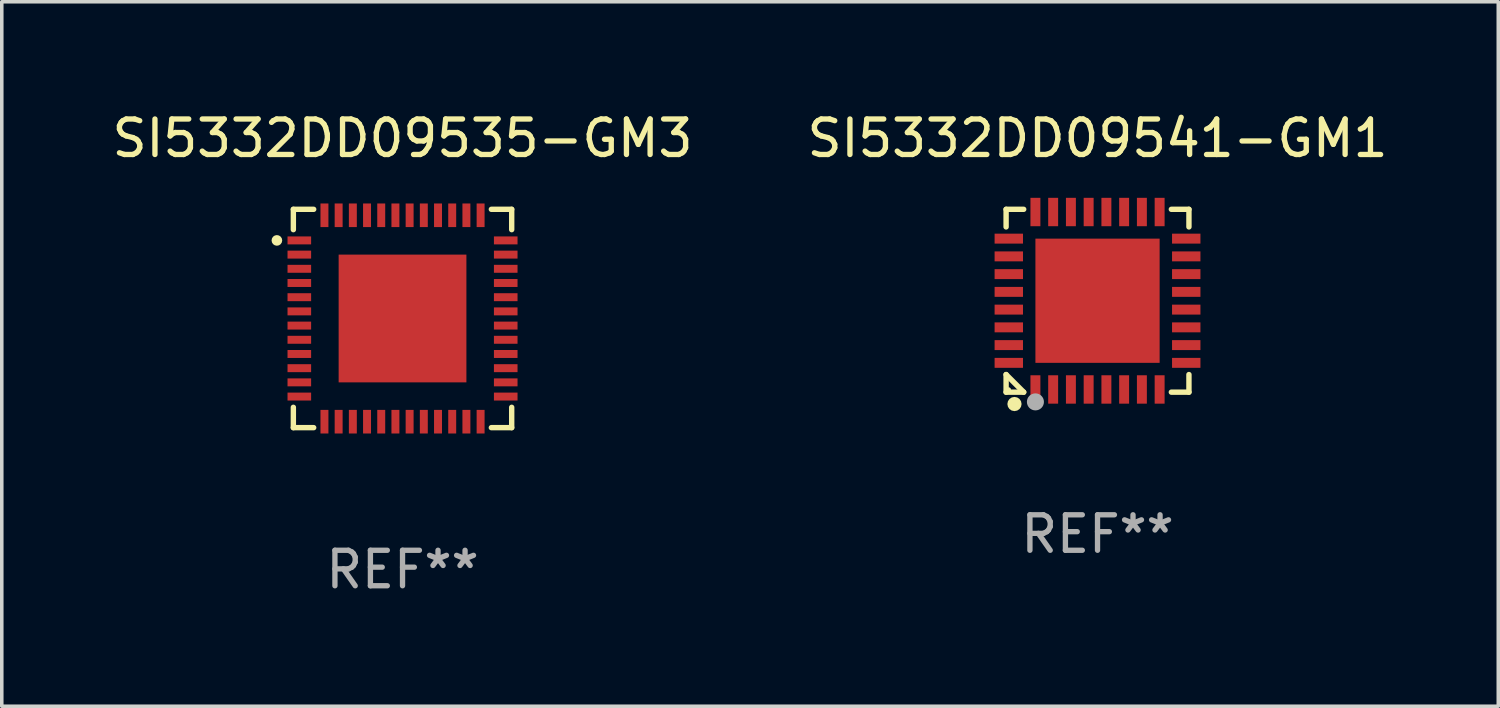
<source format=kicad_pcb>
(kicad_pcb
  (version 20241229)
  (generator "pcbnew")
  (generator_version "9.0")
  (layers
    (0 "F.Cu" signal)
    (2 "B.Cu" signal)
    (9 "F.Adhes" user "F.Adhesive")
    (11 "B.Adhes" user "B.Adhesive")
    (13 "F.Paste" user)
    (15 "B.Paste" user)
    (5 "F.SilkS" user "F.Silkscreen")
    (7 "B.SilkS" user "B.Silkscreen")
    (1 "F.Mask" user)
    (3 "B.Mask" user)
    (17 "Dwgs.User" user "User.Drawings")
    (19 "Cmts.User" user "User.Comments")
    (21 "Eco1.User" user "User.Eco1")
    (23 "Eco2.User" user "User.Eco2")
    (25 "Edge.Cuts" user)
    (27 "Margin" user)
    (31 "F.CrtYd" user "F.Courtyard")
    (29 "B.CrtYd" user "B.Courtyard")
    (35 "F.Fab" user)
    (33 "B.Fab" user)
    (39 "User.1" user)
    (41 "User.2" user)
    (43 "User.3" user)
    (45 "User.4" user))
  (footprint "SI5332DD09535-GM3"
    (layer "F.Cu")
    (at 8.292 5.924)
    (property "Reference" "SI5332DD09535-GM3" (at 0 -5.076 0) (layer "F.SilkS") (effects (font (size 1 1) (thickness 0.15))))
    (attr through_hole)
    (fp_line (start -3.076 -3.076) (end -3.076 -2.503) (stroke (width 0.152) (type solid)) (layer "F.SilkS"))
    (fp_line (start -3.076 3.076) (end -3.076 2.503) (stroke (width 0.152) (type solid)) (layer "F.SilkS"))
    (fp_line (start -2.503 -3.076) (end -3.076 -3.076) (stroke (width 0.152) (type solid)) (layer "F.SilkS"))
    (fp_line (start -2.503 3.076) (end -3.076 3.076) (stroke (width 0.152) (type solid)) (layer "F.SilkS"))
    (fp_line (start 2.503 -3.076) (end 3.076 -3.076) (stroke (width 0.152) (type solid)) (layer "F.SilkS"))
    (fp_line (start 2.503 3.076) (end 3.076 3.076) (stroke (width 0.152) (type solid)) (layer "F.SilkS"))
    (fp_line (start 3.076 -3.076) (end 3.076 -2.503) (stroke (width 0.152) (type solid)) (layer "F.SilkS"))
    (fp_line (start 3.076 3.076) (end 3.076 2.503) (stroke (width 0.152) (type solid)) (layer "F.SilkS"))
    (fp_circle (center -3.54 -2.2) (end -3.465 -2.2) (stroke (width 0.15) (type solid)) (fill no) (layer "F.SilkS"))
    (fp_text user "REF**" (at 0 7.076 0) (layer "F.Fab") (effects (font (size 1 1) (thickness 0.15))))
    (pad "1" smd rect (at -2.908 -2.2) (size 0.665 0.224) (layers "F.Cu" "F.Mask" "F.Paste"))
    (pad "2" smd rect (at -2.908 -1.8) (size 0.665 0.224) (layers "F.Cu" "F.Mask" "F.Paste"))
    (pad "3" smd rect (at -2.908 -1.4) (size 0.665 0.224) (layers "F.Cu" "F.Mask" "F.Paste"))
    (pad "4" smd rect (at -2.908 -1) (size 0.665 0.224) (layers "F.Cu" "F.Mask" "F.Paste"))
    (pad "5" smd rect (at -2.908 -0.6) (size 0.665 0.224) (layers "F.Cu" "F.Mask" "F.Paste"))
    (pad "6" smd rect (at -2.908 -0.2) (size 0.665 0.224) (layers "F.Cu" "F.Mask" "F.Paste"))
    (pad "7" smd rect (at -2.908 0.2) (size 0.665 0.224) (layers "F.Cu" "F.Mask" "F.Paste"))
    (pad "8" smd rect (at -2.908 0.6) (size 0.665 0.224) (layers "F.Cu" "F.Mask" "F.Paste"))
    (pad "9" smd rect (at -2.908 1) (size 0.665 0.224) (layers "F.Cu" "F.Mask" "F.Paste"))
    (pad "10" smd rect (at -2.908 1.4) (size 0.665 0.224) (layers "F.Cu" "F.Mask" "F.Paste"))
    (pad "11" smd rect (at -2.908 1.8) (size 0.665 0.224) (layers "F.Cu" "F.Mask" "F.Paste"))
    (pad "12" smd rect (at -2.908 2.2) (size 0.665 0.224) (layers "F.Cu" "F.Mask" "F.Paste"))
    (pad "13" smd rect (at -2.2 2.908) (size 0.224 0.665) (layers "F.Cu" "F.Mask" "F.Paste"))
    (pad "14" smd rect (at -1.8 2.908) (size 0.224 0.665) (layers "F.Cu" "F.Mask" "F.Paste"))
    (pad "15" smd rect (at -1.4 2.908) (size 0.224 0.665) (layers "F.Cu" "F.Mask" "F.Paste"))
    (pad "16" smd rect (at -1 2.908) (size 0.224 0.665) (layers "F.Cu" "F.Mask" "F.Paste"))
    (pad "17" smd rect (at -0.6 2.908) (size 0.224 0.665) (layers "F.Cu" "F.Mask" "F.Paste"))
    (pad "18" smd rect (at -0.2 2.908) (size 0.224 0.665) (layers "F.Cu" "F.Mask" "F.Paste"))
    (pad "19" smd rect (at 0.2 2.908) (size 0.224 0.665) (layers "F.Cu" "F.Mask" "F.Paste"))
    (pad "20" smd rect (at 0.6 2.908) (size 0.224 0.665) (layers "F.Cu" "F.Mask" "F.Paste"))
    (pad "21" smd rect (at 1 2.908) (size 0.224 0.665) (layers "F.Cu" "F.Mask" "F.Paste"))
    (pad "22" smd rect (at 1.4 2.908) (size 0.224 0.665) (layers "F.Cu" "F.Mask" "F.Paste"))
    (pad "23" smd rect (at 1.8 2.908) (size 0.224 0.665) (layers "F.Cu" "F.Mask" "F.Paste"))
    (pad "24" smd rect (at 2.2 2.908) (size 0.224 0.665) (layers "F.Cu" "F.Mask" "F.Paste"))
    (pad "25" smd rect (at 2.908 2.2) (size 0.665 0.224) (layers "F.Cu" "F.Mask" "F.Paste"))
    (pad "26" smd rect (at 2.908 1.8) (size 0.665 0.224) (layers "F.Cu" "F.Mask" "F.Paste"))
    (pad "27" smd rect (at 2.908 1.4) (size 0.665 0.224) (layers "F.Cu" "F.Mask" "F.Paste"))
    (pad "28" smd rect (at 2.908 1) (size 0.665 0.224) (layers "F.Cu" "F.Mask" "F.Paste"))
    (pad "29" smd rect (at 2.908 0.6) (size 0.665 0.224) (layers "F.Cu" "F.Mask" "F.Paste"))
    (pad "30" smd rect (at 2.908 0.2) (size 0.665 0.224) (layers "F.Cu" "F.Mask" "F.Paste"))
    (pad "31" smd rect (at 2.908 -0.2) (size 0.665 0.224) (layers "F.Cu" "F.Mask" "F.Paste"))
    (pad "32" smd rect (at 2.908 -0.6) (size 0.665 0.224) (layers "F.Cu" "F.Mask" "F.Paste"))
    (pad "33" smd rect (at 2.908 -1) (size 0.665 0.224) (layers "F.Cu" "F.Mask" "F.Paste"))
    (pad "34" smd rect (at 2.908 -1.4) (size 0.665 0.224) (layers "F.Cu" "F.Mask" "F.Paste"))
    (pad "35" smd rect (at 2.908 -1.8) (size 0.665 0.224) (layers "F.Cu" "F.Mask" "F.Paste"))
    (pad "36" smd rect (at 2.908 -2.2) (size 0.665 0.224) (layers "F.Cu" "F.Mask" "F.Paste"))
    (pad "37" smd rect (at 2.2 -2.908) (size 0.224 0.665) (layers "F.Cu" "F.Mask" "F.Paste"))
    (pad "38" smd rect (at 1.8 -2.908) (size 0.224 0.665) (layers "F.Cu" "F.Mask" "F.Paste"))
    (pad "39" smd rect (at 1.4 -2.908) (size 0.224 0.665) (layers "F.Cu" "F.Mask" "F.Paste"))
    (pad "40" smd rect (at 1 -2.908) (size 0.224 0.665) (layers "F.Cu" "F.Mask" "F.Paste"))
    (pad "41" smd rect (at 0.6 -2.908) (size 0.224 0.665) (layers "F.Cu" "F.Mask" "F.Paste"))
    (pad "42" smd rect (at 0.2 -2.908) (size 0.224 0.665) (layers "F.Cu" "F.Mask" "F.Paste"))
    (pad "43" smd rect (at -0.2 -2.908) (size 0.224 0.665) (layers "F.Cu" "F.Mask" "F.Paste"))
    (pad "44" smd rect (at -0.6 -2.908) (size 0.224 0.665) (layers "F.Cu" "F.Mask" "F.Paste"))
    (pad "45" smd rect (at -1 -2.908) (size 0.224 0.665) (layers "F.Cu" "F.Mask" "F.Paste"))
    (pad "46" smd rect (at -1.4 -2.908) (size 0.224 0.665) (layers "F.Cu" "F.Mask" "F.Paste"))
    (pad "47" smd rect (at -1.8 -2.908) (size 0.224 0.665) (layers "F.Cu" "F.Mask" "F.Paste"))
    (pad "48" smd rect (at -2.2 -2.908) (size 0.224 0.665) (layers "F.Cu" "F.Mask" "F.Paste"))
    (pad "49" smd rect (at 0 0) (size 3.6 3.6) (layers "F.Cu" "F.Mask" "F.Paste")))
  (footprint "SI5332DD09541-GM1"
    (layer "F.Cu")
    (at 27.875 5.424)
    (property "Reference" "SI5332DD09541-GM1" (at 0 -4.576 0) (layer "F.SilkS") (effects (font (size 1 1) (thickness 0.15))))
    (attr through_hole)
    (fp_line (start -2.576 -2.576) (end -2.08 -2.576) (stroke (width 0.152) (type solid)) (layer "F.SilkS"))
    (fp_line (start -2.576 -2.08) (end -2.576 -2.576) (stroke (width 0.152) (type solid)) (layer "F.SilkS"))
    (fp_line (start -2.576 2.08) (end -2.576 2.576) (stroke (width 0.152) (type solid)) (layer "F.SilkS"))
    (fp_line (start -2.576 2.08) (end -2.08 2.576) (stroke (width 0.152) (type solid)) (layer "F.SilkS"))
    (fp_line (start -2.576 2.576) (end -2.08 2.576) (stroke (width 0.152) (type solid)) (layer "F.SilkS"))
    (fp_line (start 2.576 -2.576) (end 2.08 -2.576) (stroke (width 0.152) (type solid)) (layer "F.SilkS"))
    (fp_line (start 2.576 -2.08) (end 2.576 -2.576) (stroke (width 0.152) (type solid)) (layer "F.SilkS"))
    (fp_line (start 2.576 2.08) (end 2.576 2.576) (stroke (width 0.152) (type solid)) (layer "F.SilkS"))
    (fp_line (start 2.576 2.576) (end 2.08 2.576) (stroke (width 0.152) (type solid)) (layer "F.SilkS"))
    (fp_circle (center -2.5 2.5) (end -2.47 2.5) (stroke (width 0.06) (type solid)) (fill no) (layer "F.SilkS"))
    (fp_circle (center -2.34 2.91) (end -2.24 2.91) (stroke (width 0.2) (type solid)) (fill no) (layer "F.SilkS"))
    (fp_circle (center -1.75 2.85) (end -1.63 2.85) (stroke (width 0.24) (type solid)) (fill no) (layer "F.Fab"))
    (fp_text user "REF**" (at 0 6.576 0) (layer "F.Fab") (effects (font (size 1 1) (thickness 0.15))))
    (pad "1" smd rect (at -1.75 2.5) (size 0.28 0.8) (layers "F.Cu" "F.Mask" "F.Paste"))
    (pad "2" smd rect (at -1.25 2.5) (size 0.28 0.8) (layers "F.Cu" "F.Mask" "F.Paste"))
    (pad "3" smd rect (at -0.75 2.5) (size 0.28 0.8) (layers "F.Cu" "F.Mask" "F.Paste"))
    (pad "4" smd rect (at -0.25 2.5) (size 0.28 0.8) (layers "F.Cu" "F.Mask" "F.Paste"))
    (pad "5" smd rect (at 0.25 2.5) (size 0.28 0.8) (layers "F.Cu" "F.Mask" "F.Paste"))
    (pad "6" smd rect (at 0.75 2.5) (size 0.28 0.8) (layers "F.Cu" "F.Mask" "F.Paste"))
    (pad "7" smd rect (at 1.25 2.5) (size 0.28 0.8) (layers "F.Cu" "F.Mask" "F.Paste"))
    (pad "8" smd rect (at 1.75 2.5) (size 0.28 0.8) (layers "F.Cu" "F.Mask" "F.Paste"))
    (pad "9" smd rect (at 2.5 1.75) (size 0.8 0.28) (layers "F.Cu" "F.Mask" "F.Paste"))
    (pad "10" smd rect (at 2.5 1.25) (size 0.8 0.28) (layers "F.Cu" "F.Mask" "F.Paste"))
    (pad "11" smd rect (at 2.5 0.75) (size 0.8 0.28) (layers "F.Cu" "F.Mask" "F.Paste"))
    (pad "12" smd rect (at 2.5 0.25) (size 0.8 0.28) (layers "F.Cu" "F.Mask" "F.Paste"))
    (pad "13" smd rect (at 2.5 -0.25) (size 0.8 0.28) (layers "F.Cu" "F.Mask" "F.Paste"))
    (pad "14" smd rect (at 2.5 -0.75) (size 0.8 0.28) (layers "F.Cu" "F.Mask" "F.Paste"))
    (pad "15" smd rect (at 2.5 -1.25) (size 0.8 0.28) (layers "F.Cu" "F.Mask" "F.Paste"))
    (pad "16" smd rect (at 2.5 -1.75) (size 0.8 0.28) (layers "F.Cu" "F.Mask" "F.Paste"))
    (pad "17" smd rect (at 1.75 -2.5) (size 0.28 0.8) (layers "F.Cu" "F.Mask" "F.Paste"))
    (pad "18" smd rect (at 1.25 -2.5) (size 0.28 0.8) (layers "F.Cu" "F.Mask" "F.Paste"))
    (pad "19" smd rect (at 0.75 -2.5) (size 0.28 0.8) (layers "F.Cu" "F.Mask" "F.Paste"))
    (pad "20" smd rect (at 0.25 -2.5) (size 0.28 0.8) (layers "F.Cu" "F.Mask" "F.Paste"))
    (pad "21" smd rect (at -0.25 -2.5) (size 0.28 0.8) (layers "F.Cu" "F.Mask" "F.Paste"))
    (pad "22" smd rect (at -0.75 -2.5) (size 0.28 0.8) (layers "F.Cu" "F.Mask" "F.Paste"))
    (pad "23" smd rect (at -1.25 -2.5) (size 0.28 0.8) (layers "F.Cu" "F.Mask" "F.Paste"))
    (pad "24" smd rect (at -1.75 -2.5) (size 0.28 0.8) (layers "F.Cu" "F.Mask" "F.Paste"))
    (pad "25" smd rect (at -2.5 -1.75) (size 0.8 0.28) (layers "F.Cu" "F.Mask" "F.Paste"))
    (pad "26" smd rect (at -2.5 -1.25) (size 0.8 0.28) (layers "F.Cu" "F.Mask" "F.Paste"))
    (pad "27" smd rect (at -2.5 -0.75) (size 0.8 0.28) (layers "F.Cu" "F.Mask" "F.Paste"))
    (pad "28" smd rect (at -2.5 -0.25) (size 0.8 0.28) (layers "F.Cu" "F.Mask" "F.Paste"))
    (pad "29" smd rect (at -2.5 0.25) (size 0.8 0.28) (layers "F.Cu" "F.Mask" "F.Paste"))
    (pad "30" smd rect (at -2.5 0.75) (size 0.8 0.28) (layers "F.Cu" "F.Mask" "F.Paste"))
    (pad "31" smd rect (at -2.5 1.25) (size 0.8 0.28) (layers "F.Cu" "F.Mask" "F.Paste"))
    (pad "32" smd rect (at -2.5 1.75) (size 0.8 0.28) (layers "F.Cu" "F.Mask" "F.Paste"))
    (pad "33" smd rect (at 0 0) (size 3.5 3.5) (layers "F.Cu" "F.Mask" "F.Paste")))
  (gr_rect
    (start -3 -3)
    (end 39.167 16.849)
    (stroke (width 0.1) (type default))
    (fill no)
    (layer "Edge.Cuts")))
</source>
